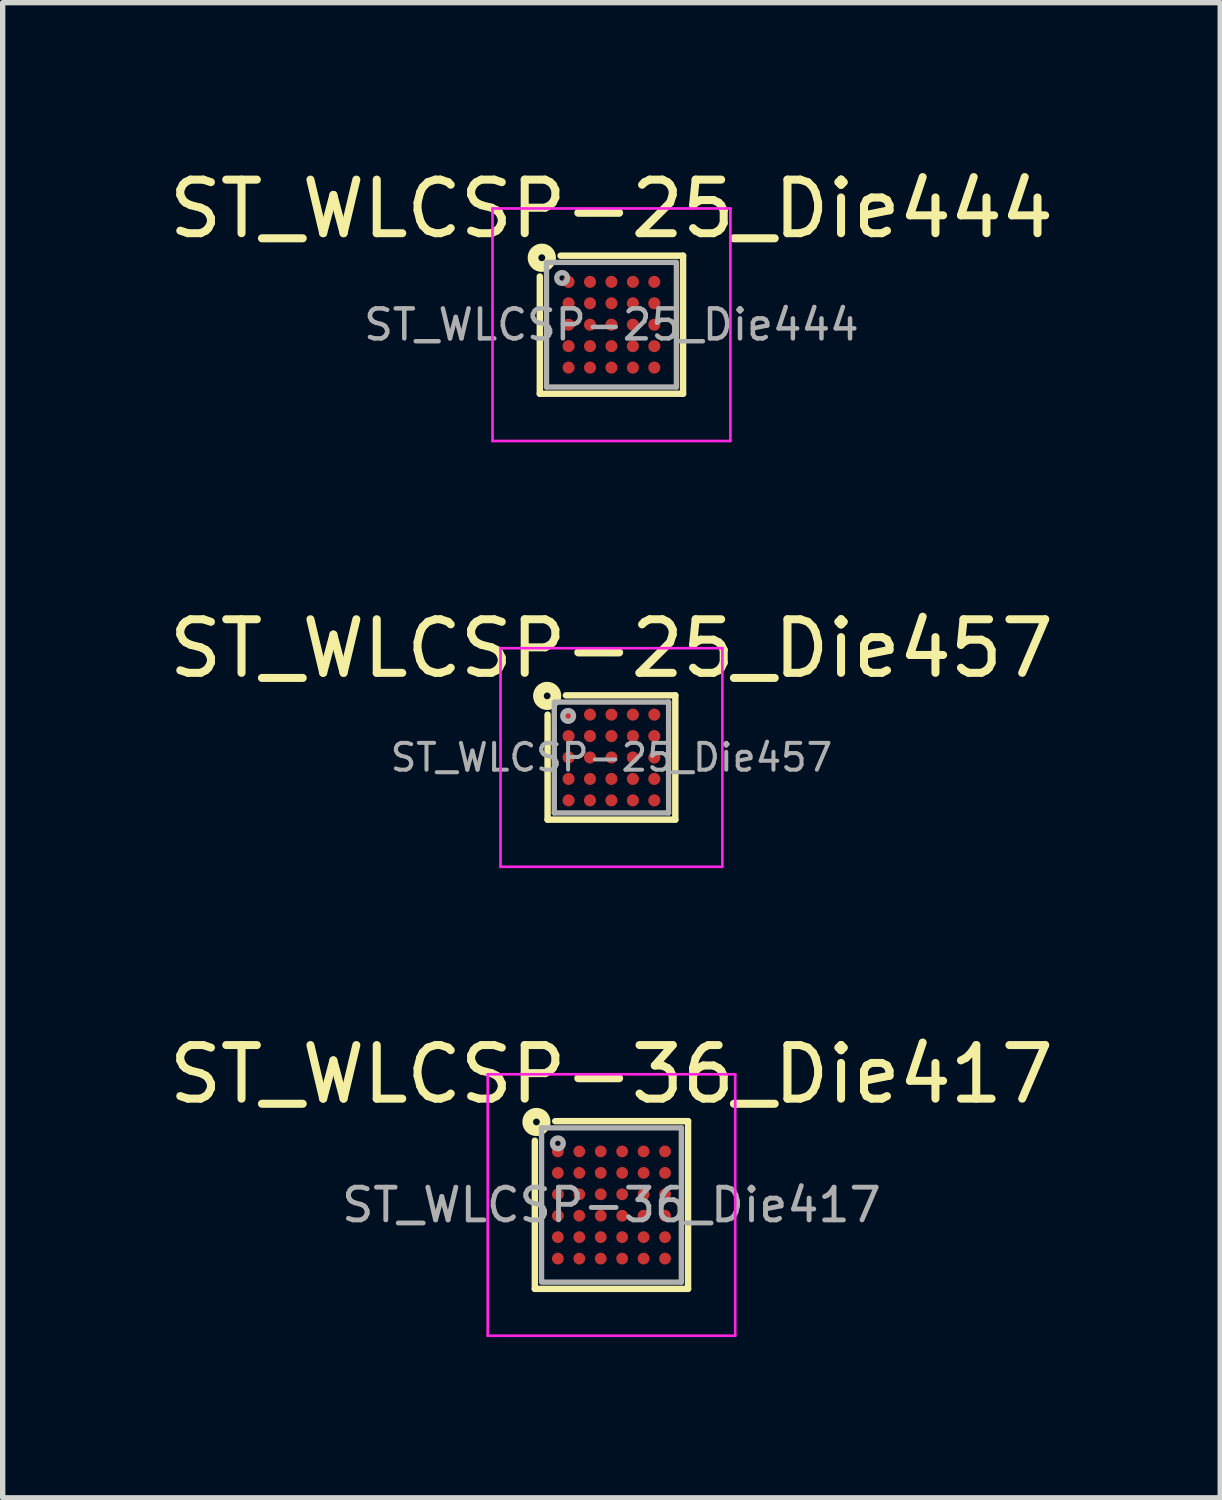
<source format=kicad_pcb>
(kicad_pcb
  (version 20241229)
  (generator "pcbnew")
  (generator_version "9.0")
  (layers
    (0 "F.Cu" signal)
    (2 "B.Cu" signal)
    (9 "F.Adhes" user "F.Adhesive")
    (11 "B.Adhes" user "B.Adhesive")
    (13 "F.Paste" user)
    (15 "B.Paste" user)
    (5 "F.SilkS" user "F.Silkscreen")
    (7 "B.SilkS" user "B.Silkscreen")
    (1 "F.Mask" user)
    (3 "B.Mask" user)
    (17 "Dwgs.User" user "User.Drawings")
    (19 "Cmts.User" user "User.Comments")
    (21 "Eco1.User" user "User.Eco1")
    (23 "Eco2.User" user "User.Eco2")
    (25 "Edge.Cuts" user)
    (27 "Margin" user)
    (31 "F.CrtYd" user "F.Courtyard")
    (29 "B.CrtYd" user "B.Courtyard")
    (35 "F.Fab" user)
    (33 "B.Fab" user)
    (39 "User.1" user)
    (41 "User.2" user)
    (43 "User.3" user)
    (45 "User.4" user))
  (footprint "ST_WLCSP-25_Die444"
    (layer "F.Cu")
    (at 8.363 3.011)
    (property "Reference" "ST_WLCSP-25_Die444" (at 0 -2.163 0) (layer "F.SilkS") (effects (font (size 1 1) (thickness 0.15))))
    (attr smd)
    (fp_line (start -1.337 1.288) (end -1.337 -0.9) (stroke (width 0.12) (type solid)) (layer "F.SilkS"))
    (fp_line (start -0.95 -1.288) (end 1.337 -1.288) (stroke (width 0.12) (type solid)) (layer "F.SilkS"))
    (fp_line (start 1.337 -1.288) (end 1.337 1.288) (stroke (width 0.12) (type solid)) (layer "F.SilkS"))
    (fp_line (start 1.337 1.288) (end -1.337 1.288) (stroke (width 0.12) (type solid)) (layer "F.SilkS"))
    (fp_circle (center -1.3 -1.25) (end -1.236 -1.25) (stroke (width 0.2) (type solid)) (fill no) (layer "F.SilkS"))
    (fp_line (start -2.22 -2.17) (end -2.22 2.17) (stroke (width 0.05) (type solid)) (layer "F.CrtYd"))
    (fp_line (start -2.22 2.17) (end 2.22 2.17) (stroke (width 0.05) (type solid)) (layer "F.CrtYd"))
    (fp_line (start 2.22 -2.17) (end -2.22 -2.17) (stroke (width 0.05) (type solid)) (layer "F.CrtYd"))
    (fp_line (start 2.22 2.17) (end 2.22 -2.17) (stroke (width 0.05) (type solid)) (layer "F.CrtYd"))
    (fp_line (start -1.212 1.163) (end -1.212 -1.15) (stroke (width 0.1) (type solid)) (layer "F.Fab"))
    (fp_line (start -1.21 -1.163) (end 1.212 -1.163) (stroke (width 0.1) (type solid)) (layer "F.Fab"))
    (fp_line (start 1.212 -1.163) (end 1.212 1.163) (stroke (width 0.1) (type solid)) (layer "F.Fab"))
    (fp_line (start 1.212 1.163) (end -1.212 1.163) (stroke (width 0.1) (type solid)) (layer "F.Fab"))
    (fp_circle (center -0.921 -0.872) (end -0.821 -0.872) (stroke (width 0.1) (type solid)) (fill no) (layer "F.Fab"))
    (fp_text user "${REFERENCE}" (at 0 0 0) (layer "F.Fab") (effects (font (size 0.56 0.56) (thickness 0.084))))
    (pad "A1" smd circle (at -0.8 -0.8) (size 0.225 0.225) (layers "F.Cu" "F.Mask" "F.Paste"))
    (pad "A2" smd circle (at -0.4 -0.8) (size 0.225 0.225) (layers "F.Cu" "F.Mask" "F.Paste"))
    (pad "A3" smd circle (at 0 -0.8) (size 0.225 0.225) (layers "F.Cu" "F.Mask" "F.Paste"))
    (pad "A4" smd circle (at 0.4 -0.8) (size 0.225 0.225) (layers "F.Cu" "F.Mask" "F.Paste"))
    (pad "A5" smd circle (at 0.8 -0.8) (size 0.225 0.225) (layers "F.Cu" "F.Mask" "F.Paste"))
    (pad "B1" smd circle (at -0.8 -0.4) (size 0.225 0.225) (layers "F.Cu" "F.Mask" "F.Paste"))
    (pad "B2" smd circle (at -0.4 -0.4) (size 0.225 0.225) (layers "F.Cu" "F.Mask" "F.Paste"))
    (pad "B3" smd circle (at 0 -0.4) (size 0.225 0.225) (layers "F.Cu" "F.Mask" "F.Paste"))
    (pad "B4" smd circle (at 0.4 -0.4) (size 0.225 0.225) (layers "F.Cu" "F.Mask" "F.Paste"))
    (pad "B5" smd circle (at 0.8 -0.4) (size 0.225 0.225) (layers "F.Cu" "F.Mask" "F.Paste"))
    (pad "C1" smd circle (at -0.8 0) (size 0.225 0.225) (layers "F.Cu" "F.Mask" "F.Paste"))
    (pad "C2" smd circle (at -0.4 0) (size 0.225 0.225) (layers "F.Cu" "F.Mask" "F.Paste"))
    (pad "C3" smd circle (at 0 0) (size 0.225 0.225) (layers "F.Cu" "F.Mask" "F.Paste"))
    (pad "C4" smd circle (at 0.4 0) (size 0.225 0.225) (layers "F.Cu" "F.Mask" "F.Paste"))
    (pad "C5" smd circle (at 0.8 0) (size 0.225 0.225) (layers "F.Cu" "F.Mask" "F.Paste"))
    (pad "D1" smd circle (at -0.8 0.4) (size 0.225 0.225) (layers "F.Cu" "F.Mask" "F.Paste"))
    (pad "D2" smd circle (at -0.4 0.4) (size 0.225 0.225) (layers "F.Cu" "F.Mask" "F.Paste"))
    (pad "D3" smd circle (at 0 0.4) (size 0.225 0.225) (layers "F.Cu" "F.Mask" "F.Paste"))
    (pad "D4" smd circle (at 0.4 0.4) (size 0.225 0.225) (layers "F.Cu" "F.Mask" "F.Paste"))
    (pad "D5" smd circle (at 0.8 0.4) (size 0.225 0.225) (layers "F.Cu" "F.Mask" "F.Paste"))
    (pad "E1" smd circle (at -0.8 0.8) (size 0.225 0.225) (layers "F.Cu" "F.Mask" "F.Paste"))
    (pad "E2" smd circle (at -0.4 0.8) (size 0.225 0.225) (layers "F.Cu" "F.Mask" "F.Paste"))
    (pad "E3" smd circle (at 0 0.8) (size 0.225 0.225) (layers "F.Cu" "F.Mask" "F.Paste"))
    (pad "E4" smd circle (at 0.4 0.8) (size 0.225 0.225) (layers "F.Cu" "F.Mask" "F.Paste"))
    (pad "E5" smd circle (at 0.8 0.8) (size 0.225 0.225) (layers "F.Cu" "F.Mask" "F.Paste")))
  (footprint "ST_WLCSP-25_Die457"
    (layer "F.Cu")
    (at 8.363 11.089)
    (property "Reference" "ST_WLCSP-25_Die457" (at 0 -2.035 0) (layer "F.SilkS") (effects (font (size 1 1) (thickness 0.15))))
    (attr smd)
    (fp_line (start -1.192 1.16) (end -1.192 -0.8) (stroke (width 0.12) (type solid)) (layer "F.SilkS"))
    (fp_line (start -0.85 -1.16) (end 1.192 -1.16) (stroke (width 0.12) (type solid)) (layer "F.SilkS"))
    (fp_line (start 1.192 -1.16) (end 1.192 1.16) (stroke (width 0.12) (type solid)) (layer "F.SilkS"))
    (fp_line (start 1.192 1.16) (end -1.192 1.16) (stroke (width 0.12) (type solid)) (layer "F.SilkS"))
    (fp_circle (center -1.2 -1.15) (end -1.137 -1.15) (stroke (width 0.2) (type solid)) (fill no) (layer "F.SilkS"))
    (fp_line (start -2.07 -2.04) (end -2.07 2.04) (stroke (width 0.05) (type solid)) (layer "F.CrtYd"))
    (fp_line (start -2.07 2.04) (end 2.07 2.04) (stroke (width 0.05) (type solid)) (layer "F.CrtYd"))
    (fp_line (start 2.07 -2.04) (end -2.07 -2.04) (stroke (width 0.05) (type solid)) (layer "F.CrtYd"))
    (fp_line (start 2.07 2.04) (end 2.07 -2.04) (stroke (width 0.05) (type solid)) (layer "F.CrtYd"))
    (fp_line (start -1.067 1.035) (end -1.067 -1.03) (stroke (width 0.1) (type solid)) (layer "F.Fab"))
    (fp_line (start -1.06 -1.035) (end 1.067 -1.035) (stroke (width 0.1) (type solid)) (layer "F.Fab"))
    (fp_line (start 1.067 -1.035) (end 1.067 1.035) (stroke (width 0.1) (type solid)) (layer "F.Fab"))
    (fp_line (start 1.067 1.035) (end -1.067 1.035) (stroke (width 0.1) (type solid)) (layer "F.Fab"))
    (fp_circle (center -0.808 -0.776) (end -0.708 -0.776) (stroke (width 0.1) (type solid)) (fill no) (layer "F.Fab"))
    (fp_text user "${REFERENCE}" (at 0 0 0) (layer "F.Fab") (effects (font (size 0.5 0.5) (thickness 0.075))))
    (pad "A1" smd circle (at -0.8 -0.8) (size 0.225 0.225) (layers "F.Cu" "F.Mask" "F.Paste"))
    (pad "A2" smd circle (at -0.4 -0.8) (size 0.225 0.225) (layers "F.Cu" "F.Mask" "F.Paste"))
    (pad "A3" smd circle (at 0 -0.8) (size 0.225 0.225) (layers "F.Cu" "F.Mask" "F.Paste"))
    (pad "A4" smd circle (at 0.4 -0.8) (size 0.225 0.225) (layers "F.Cu" "F.Mask" "F.Paste"))
    (pad "A5" smd circle (at 0.8 -0.8) (size 0.225 0.225) (layers "F.Cu" "F.Mask" "F.Paste"))
    (pad "B1" smd circle (at -0.8 -0.4) (size 0.225 0.225) (layers "F.Cu" "F.Mask" "F.Paste"))
    (pad "B2" smd circle (at -0.4 -0.4) (size 0.225 0.225) (layers "F.Cu" "F.Mask" "F.Paste"))
    (pad "B3" smd circle (at 0 -0.4) (size 0.225 0.225) (layers "F.Cu" "F.Mask" "F.Paste"))
    (pad "B4" smd circle (at 0.4 -0.4) (size 0.225 0.225) (layers "F.Cu" "F.Mask" "F.Paste"))
    (pad "B5" smd circle (at 0.8 -0.4) (size 0.225 0.225) (layers "F.Cu" "F.Mask" "F.Paste"))
    (pad "C1" smd circle (at -0.8 0) (size 0.225 0.225) (layers "F.Cu" "F.Mask" "F.Paste"))
    (pad "C2" smd circle (at -0.4 0) (size 0.225 0.225) (layers "F.Cu" "F.Mask" "F.Paste"))
    (pad "C3" smd circle (at 0 0) (size 0.225 0.225) (layers "F.Cu" "F.Mask" "F.Paste"))
    (pad "C4" smd circle (at 0.4 0) (size 0.225 0.225) (layers "F.Cu" "F.Mask" "F.Paste"))
    (pad "C5" smd circle (at 0.8 0) (size 0.225 0.225) (layers "F.Cu" "F.Mask" "F.Paste"))
    (pad "D1" smd circle (at -0.8 0.4) (size 0.225 0.225) (layers "F.Cu" "F.Mask" "F.Paste"))
    (pad "D2" smd circle (at -0.4 0.4) (size 0.225 0.225) (layers "F.Cu" "F.Mask" "F.Paste"))
    (pad "D3" smd circle (at 0 0.4) (size 0.225 0.225) (layers "F.Cu" "F.Mask" "F.Paste"))
    (pad "D4" smd circle (at 0.4 0.4) (size 0.225 0.225) (layers "F.Cu" "F.Mask" "F.Paste"))
    (pad "D5" smd circle (at 0.8 0.4) (size 0.225 0.225) (layers "F.Cu" "F.Mask" "F.Paste"))
    (pad "E1" smd circle (at -0.8 0.8) (size 0.225 0.225) (layers "F.Cu" "F.Mask" "F.Paste"))
    (pad "E2" smd circle (at -0.4 0.8) (size 0.225 0.225) (layers "F.Cu" "F.Mask" "F.Paste"))
    (pad "E3" smd circle (at 0 0.8) (size 0.225 0.225) (layers "F.Cu" "F.Mask" "F.Paste"))
    (pad "E4" smd circle (at 0.4 0.8) (size 0.225 0.225) (layers "F.Cu" "F.Mask" "F.Paste"))
    (pad "E5" smd circle (at 0.8 0.8) (size 0.225 0.225) (layers "F.Cu" "F.Mask" "F.Paste")))
  (footprint "ST_WLCSP-36_Die417"
    (layer "F.Cu")
    (at 8.363 19.442)
    (property "Reference" "ST_WLCSP-36_Die417" (at 0 -2.44 0) (layer "F.SilkS") (effects (font (size 1 1) (thickness 0.15))))
    (attr smd)
    (fp_line (start -1.43 1.565) (end -1.43 -1.2) (stroke (width 0.12) (type solid)) (layer "F.SilkS"))
    (fp_line (start -1.05 -1.565) (end 1.43 -1.565) (stroke (width 0.12) (type solid)) (layer "F.SilkS"))
    (fp_line (start 1.43 -1.565) (end 1.43 1.565) (stroke (width 0.12) (type solid)) (layer "F.SilkS"))
    (fp_line (start 1.43 1.565) (end -1.43 1.565) (stroke (width 0.12) (type solid)) (layer "F.SilkS"))
    (fp_circle (center -1.4 -1.55) (end -1.337 -1.55) (stroke (width 0.2) (type solid)) (fill no) (layer "F.SilkS"))
    (fp_line (start -2.31 -2.44) (end -2.31 2.44) (stroke (width 0.05) (type solid)) (layer "F.CrtYd"))
    (fp_line (start -2.31 2.44) (end 2.31 2.44) (stroke (width 0.05) (type solid)) (layer "F.CrtYd"))
    (fp_line (start 2.31 -2.44) (end -2.31 -2.44) (stroke (width 0.05) (type solid)) (layer "F.CrtYd"))
    (fp_line (start 2.31 2.44) (end 2.31 -2.44) (stroke (width 0.05) (type solid)) (layer "F.CrtYd"))
    (fp_line (start -1.305 -1.44) (end 1.305 -1.44) (stroke (width 0.1) (type solid)) (layer "F.Fab"))
    (fp_line (start -1.305 1.4) (end -1.305 -1.44) (stroke (width 0.1) (type solid)) (layer "F.Fab"))
    (fp_line (start 1.305 -1.44) (end 1.305 1.44) (stroke (width 0.1) (type solid)) (layer "F.Fab"))
    (fp_line (start 1.305 1.44) (end -1.305 1.44) (stroke (width 0.1) (type solid)) (layer "F.Fab"))
    (fp_circle (center -1 -1.15) (end -0.9 -1.15) (stroke (width 0.1) (type solid)) (fill no) (layer "F.Fab"))
    (fp_text user "${REFERENCE}" (at 0 0 0) (layer "F.Fab") (effects (font (size 0.61 0.61) (thickness 0.091))))
    (pad "A1" smd circle (at -1 -1) (size 0.22 0.22) (layers "F.Cu" "F.Mask" "F.Paste"))
    (pad "A2" smd circle (at -0.6 -1) (size 0.22 0.22) (layers "F.Cu" "F.Mask" "F.Paste"))
    (pad "A3" smd circle (at -0.2 -1) (size 0.22 0.22) (layers "F.Cu" "F.Mask" "F.Paste"))
    (pad "A4" smd circle (at 0.2 -1) (size 0.22 0.22) (layers "F.Cu" "F.Mask" "F.Paste"))
    (pad "A5" smd circle (at 0.6 -1) (size 0.22 0.22) (layers "F.Cu" "F.Mask" "F.Paste"))
    (pad "A6" smd circle (at 1 -1) (size 0.22 0.22) (layers "F.Cu" "F.Mask" "F.Paste"))
    (pad "B1" smd circle (at -1 -0.6) (size 0.22 0.22) (layers "F.Cu" "F.Mask" "F.Paste"))
    (pad "B2" smd circle (at -0.6 -0.6) (size 0.22 0.22) (layers "F.Cu" "F.Mask" "F.Paste"))
    (pad "B3" smd circle (at -0.2 -0.6) (size 0.22 0.22) (layers "F.Cu" "F.Mask" "F.Paste"))
    (pad "B4" smd circle (at 0.2 -0.6) (size 0.22 0.22) (layers "F.Cu" "F.Mask" "F.Paste"))
    (pad "B5" smd circle (at 0.6 -0.6) (size 0.22 0.22) (layers "F.Cu" "F.Mask" "F.Paste"))
    (pad "B6" smd circle (at 1 -0.6) (size 0.22 0.22) (layers "F.Cu" "F.Mask" "F.Paste"))
    (pad "C1" smd circle (at -1 -0.2) (size 0.22 0.22) (layers "F.Cu" "F.Mask" "F.Paste"))
    (pad "C2" smd circle (at -0.6 -0.2) (size 0.22 0.22) (layers "F.Cu" "F.Mask" "F.Paste"))
    (pad "C3" smd circle (at -0.2 -0.2) (size 0.22 0.22) (layers "F.Cu" "F.Mask" "F.Paste"))
    (pad "C4" smd circle (at 0.2 -0.2) (size 0.22 0.22) (layers "F.Cu" "F.Mask" "F.Paste"))
    (pad "C5" smd circle (at 0.6 -0.2) (size 0.22 0.22) (layers "F.Cu" "F.Mask" "F.Paste"))
    (pad "C6" smd circle (at 1 -0.2) (size 0.22 0.22) (layers "F.Cu" "F.Mask" "F.Paste"))
    (pad "D1" smd circle (at -1 0.2) (size 0.22 0.22) (layers "F.Cu" "F.Mask" "F.Paste"))
    (pad "D2" smd circle (at -0.6 0.2) (size 0.22 0.22) (layers "F.Cu" "F.Mask" "F.Paste"))
    (pad "D3" smd circle (at -0.2 0.2) (size 0.22 0.22) (layers "F.Cu" "F.Mask" "F.Paste"))
    (pad "D4" smd circle (at 0.2 0.2) (size 0.22 0.22) (layers "F.Cu" "F.Mask" "F.Paste"))
    (pad "D5" smd circle (at 0.6 0.2) (size 0.22 0.22) (layers "F.Cu" "F.Mask" "F.Paste"))
    (pad "D6" smd circle (at 1 0.2) (size 0.22 0.22) (layers "F.Cu" "F.Mask" "F.Paste"))
    (pad "E1" smd circle (at -1 0.6) (size 0.22 0.22) (layers "F.Cu" "F.Mask" "F.Paste"))
    (pad "E2" smd circle (at -0.6 0.6) (size 0.22 0.22) (layers "F.Cu" "F.Mask" "F.Paste"))
    (pad "E3" smd circle (at -0.2 0.6) (size 0.22 0.22) (layers "F.Cu" "F.Mask" "F.Paste"))
    (pad "E4" smd circle (at 0.2 0.6) (size 0.22 0.22) (layers "F.Cu" "F.Mask" "F.Paste"))
    (pad "E5" smd circle (at 0.6 0.6) (size 0.22 0.22) (layers "F.Cu" "F.Mask" "F.Paste"))
    (pad "E6" smd circle (at 1 0.6) (size 0.22 0.22) (layers "F.Cu" "F.Mask" "F.Paste"))
    (pad "F1" smd circle (at -1 1) (size 0.22 0.22) (layers "F.Cu" "F.Mask" "F.Paste"))
    (pad "F2" smd circle (at -0.6 1) (size 0.22 0.22) (layers "F.Cu" "F.Mask" "F.Paste"))
    (pad "F3" smd circle (at -0.2 1) (size 0.22 0.22) (layers "F.Cu" "F.Mask" "F.Paste"))
    (pad "F4" smd circle (at 0.2 1) (size 0.22 0.22) (layers "F.Cu" "F.Mask" "F.Paste"))
    (pad "F5" smd circle (at 0.6 1) (size 0.22 0.22) (layers "F.Cu" "F.Mask" "F.Paste"))
    (pad "F6" smd circle (at 1 1) (size 0.22 0.22) (layers "F.Cu" "F.Mask" "F.Paste")))
  (gr_rect
    (start -3 -3)
    (end 19.726 24.907)
    (stroke (width 0.1) (type default))
    (fill no)
    (layer "Edge.Cuts")))
</source>
